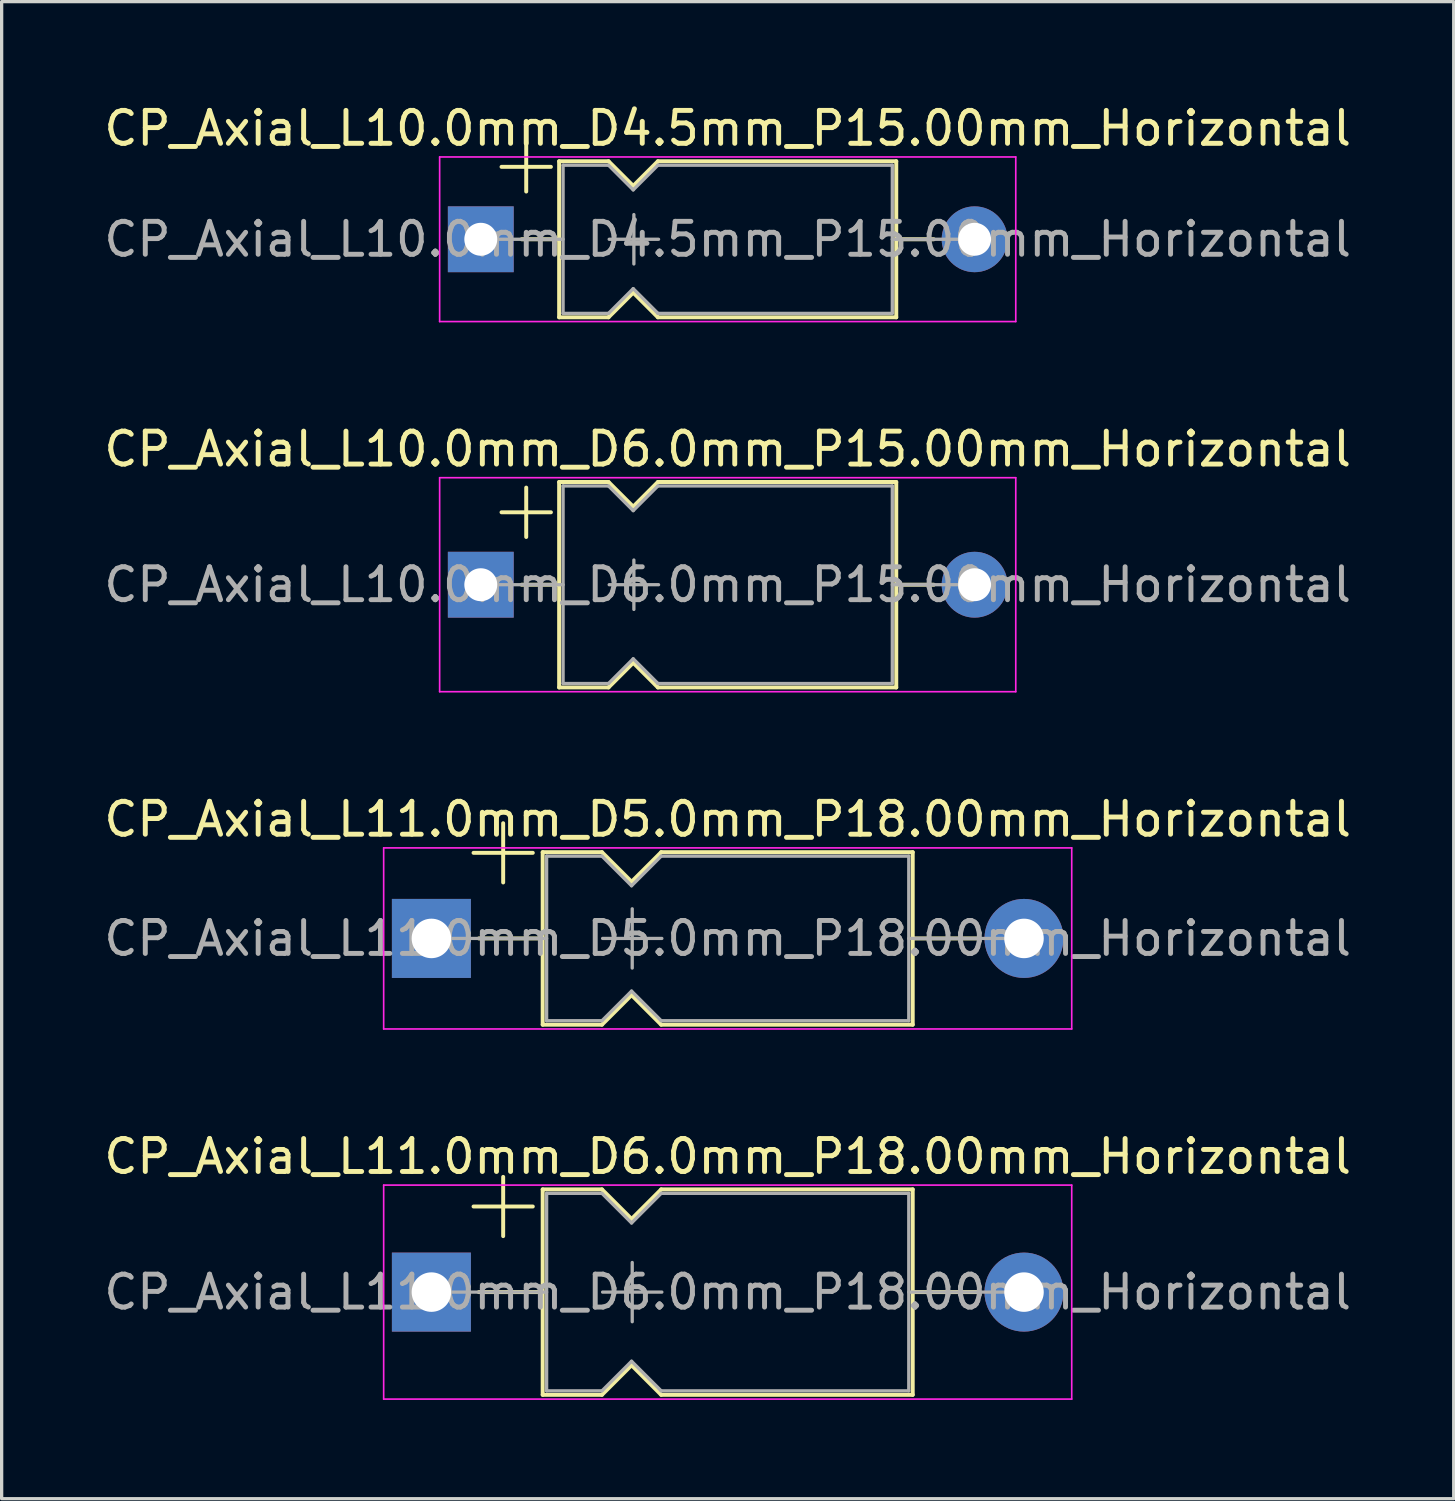
<source format=kicad_pcb>
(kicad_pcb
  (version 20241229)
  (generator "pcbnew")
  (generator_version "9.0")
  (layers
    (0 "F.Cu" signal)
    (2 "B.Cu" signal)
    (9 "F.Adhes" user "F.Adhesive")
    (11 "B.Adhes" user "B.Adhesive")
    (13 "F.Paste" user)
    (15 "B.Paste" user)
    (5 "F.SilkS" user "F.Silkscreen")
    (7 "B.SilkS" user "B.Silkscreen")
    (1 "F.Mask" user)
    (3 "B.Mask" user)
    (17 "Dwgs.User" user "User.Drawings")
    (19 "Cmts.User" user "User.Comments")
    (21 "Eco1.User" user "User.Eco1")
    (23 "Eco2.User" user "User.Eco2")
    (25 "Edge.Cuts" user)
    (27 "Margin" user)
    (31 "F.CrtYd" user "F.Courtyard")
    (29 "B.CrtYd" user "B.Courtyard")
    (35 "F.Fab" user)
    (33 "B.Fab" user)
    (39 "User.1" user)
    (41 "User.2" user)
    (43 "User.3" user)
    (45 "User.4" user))
  (footprint "CP_Axial_L10.0mm_D4.5mm_P15.00mm_Horizontal"
    (layer "F.Cu")
    (at 11.554 4.218)
    (property "Reference" "CP_Axial_L10.0mm_D4.5mm_P15.00mm_Horizontal" (at 7.5 -3.37 0) (layer "F.SilkS") (effects (font (size 1 1) (thickness 0.15))))
    (attr through_hole)
    (fp_line (start 0.63 -2.2) (end 2.13 -2.2) (stroke (width 0.12) (type solid)) (layer "F.SilkS"))
    (fp_line (start 1.24 0) (end 2.38 0) (stroke (width 0.12) (type solid)) (layer "F.SilkS"))
    (fp_line (start 1.38 -2.95) (end 1.38 -1.45) (stroke (width 0.12) (type solid)) (layer "F.SilkS"))
    (fp_line (start 2.38 -2.37) (end 2.38 2.37) (stroke (width 0.12) (type solid)) (layer "F.SilkS"))
    (fp_line (start 2.38 -2.37) (end 3.88 -2.37) (stroke (width 0.12) (type solid)) (layer "F.SilkS"))
    (fp_line (start 2.38 2.37) (end 3.88 2.37) (stroke (width 0.12) (type solid)) (layer "F.SilkS"))
    (fp_line (start 3.88 -2.37) (end 4.63 -1.62) (stroke (width 0.12) (type solid)) (layer "F.SilkS"))
    (fp_line (start 3.88 2.37) (end 4.63 1.62) (stroke (width 0.12) (type solid)) (layer "F.SilkS"))
    (fp_line (start 4.63 -1.62) (end 5.38 -2.37) (stroke (width 0.12) (type solid)) (layer "F.SilkS"))
    (fp_line (start 4.63 1.62) (end 5.38 2.37) (stroke (width 0.12) (type solid)) (layer "F.SilkS"))
    (fp_line (start 5.38 -2.37) (end 12.62 -2.37) (stroke (width 0.12) (type solid)) (layer "F.SilkS"))
    (fp_line (start 5.38 2.37) (end 12.62 2.37) (stroke (width 0.12) (type solid)) (layer "F.SilkS"))
    (fp_line (start 12.62 -2.37) (end 12.62 2.37) (stroke (width 0.12) (type solid)) (layer "F.SilkS"))
    (fp_line (start 13.76 0) (end 12.62 0) (stroke (width 0.12) (type solid)) (layer "F.SilkS"))
    (fp_line (start -1.25 -2.5) (end -1.25 2.5) (stroke (width 0.05) (type solid)) (layer "F.CrtYd"))
    (fp_line (start -1.25 2.5) (end 16.25 2.5) (stroke (width 0.05) (type solid)) (layer "F.CrtYd"))
    (fp_line (start 16.25 -2.5) (end -1.25 -2.5) (stroke (width 0.05) (type solid)) (layer "F.CrtYd"))
    (fp_line (start 16.25 2.5) (end 16.25 -2.5) (stroke (width 0.05) (type solid)) (layer "F.CrtYd"))
    (fp_line (start 0 0) (end 2.5 0) (stroke (width 0.1) (type solid)) (layer "F.Fab"))
    (fp_line (start 2.5 -2.25) (end 2.5 2.25) (stroke (width 0.1) (type solid)) (layer "F.Fab"))
    (fp_line (start 2.5 -2.25) (end 3.88 -2.25) (stroke (width 0.1) (type solid)) (layer "F.Fab"))
    (fp_line (start 2.5 2.25) (end 3.88 2.25) (stroke (width 0.1) (type solid)) (layer "F.Fab"))
    (fp_line (start 3.88 -2.25) (end 4.63 -1.5) (stroke (width 0.1) (type solid)) (layer "F.Fab"))
    (fp_line (start 3.88 2.25) (end 4.63 1.5) (stroke (width 0.1) (type solid)) (layer "F.Fab"))
    (fp_line (start 3.9 0) (end 5.4 0) (stroke (width 0.1) (type solid)) (layer "F.Fab"))
    (fp_line (start 4.63 -1.5) (end 5.38 -2.25) (stroke (width 0.1) (type solid)) (layer "F.Fab"))
    (fp_line (start 4.63 1.5) (end 5.38 2.25) (stroke (width 0.1) (type solid)) (layer "F.Fab"))
    (fp_line (start 4.65 -0.75) (end 4.65 0.75) (stroke (width 0.1) (type solid)) (layer "F.Fab"))
    (fp_line (start 5.38 -2.25) (end 12.5 -2.25) (stroke (width 0.1) (type solid)) (layer "F.Fab"))
    (fp_line (start 5.38 2.25) (end 12.5 2.25) (stroke (width 0.1) (type solid)) (layer "F.Fab"))
    (fp_line (start 12.5 -2.25) (end 12.5 2.25) (stroke (width 0.1) (type solid)) (layer "F.Fab"))
    (fp_line (start 15 0) (end 12.5 0) (stroke (width 0.1) (type solid)) (layer "F.Fab"))
    (fp_text user "${REFERENCE}" (at 7.5 0 0) (layer "F.Fab") (effects (font (size 1 1) (thickness 0.15))))
    (pad "1" thru_hole rect (at 0 0) (size 2 2) (drill 1) (layers "*.Cu" "*.Mask"))
    (pad "2" thru_hole oval (at 15 0) (size 2 2) (drill 1) (layers "*.Cu" "*.Mask")))
  (footprint "CP_Axial_L11.0mm_D6.0mm_P18.00mm_Horizontal"
    (layer "F.Cu")
    (at 10.054 36.198)
    (property "Reference" "CP_Axial_L11.0mm_D6.0mm_P18.00mm_Horizontal" (at 9 -4.12 0) (layer "F.SilkS") (effects (font (size 1 1) (thickness 0.15))))
    (attr through_hole)
    (fp_line (start 1.28 -2.6) (end 3.08 -2.6) (stroke (width 0.12) (type solid)) (layer "F.SilkS"))
    (fp_line (start 1.44 0) (end 3.38 0) (stroke (width 0.12) (type solid)) (layer "F.SilkS"))
    (fp_line (start 2.18 -3.5) (end 2.18 -1.7) (stroke (width 0.12) (type solid)) (layer "F.SilkS"))
    (fp_line (start 3.38 -3.12) (end 3.38 3.12) (stroke (width 0.12) (type solid)) (layer "F.SilkS"))
    (fp_line (start 3.38 -3.12) (end 5.18 -3.12) (stroke (width 0.12) (type solid)) (layer "F.SilkS"))
    (fp_line (start 3.38 3.12) (end 5.18 3.12) (stroke (width 0.12) (type solid)) (layer "F.SilkS"))
    (fp_line (start 5.18 -3.12) (end 6.08 -2.22) (stroke (width 0.12) (type solid)) (layer "F.SilkS"))
    (fp_line (start 5.18 3.12) (end 6.08 2.22) (stroke (width 0.12) (type solid)) (layer "F.SilkS"))
    (fp_line (start 6.08 -2.22) (end 6.98 -3.12) (stroke (width 0.12) (type solid)) (layer "F.SilkS"))
    (fp_line (start 6.08 2.22) (end 6.98 3.12) (stroke (width 0.12) (type solid)) (layer "F.SilkS"))
    (fp_line (start 6.98 -3.12) (end 14.62 -3.12) (stroke (width 0.12) (type solid)) (layer "F.SilkS"))
    (fp_line (start 6.98 3.12) (end 14.62 3.12) (stroke (width 0.12) (type solid)) (layer "F.SilkS"))
    (fp_line (start 14.62 -3.12) (end 14.62 3.12) (stroke (width 0.12) (type solid)) (layer "F.SilkS"))
    (fp_line (start 16.56 0) (end 14.62 0) (stroke (width 0.12) (type solid)) (layer "F.SilkS"))
    (fp_line (start -1.45 -3.25) (end -1.45 3.25) (stroke (width 0.05) (type solid)) (layer "F.CrtYd"))
    (fp_line (start -1.45 3.25) (end 19.45 3.25) (stroke (width 0.05) (type solid)) (layer "F.CrtYd"))
    (fp_line (start 19.45 -3.25) (end -1.45 -3.25) (stroke (width 0.05) (type solid)) (layer "F.CrtYd"))
    (fp_line (start 19.45 3.25) (end 19.45 -3.25) (stroke (width 0.05) (type solid)) (layer "F.CrtYd"))
    (fp_line (start 0 0) (end 3.5 0) (stroke (width 0.1) (type solid)) (layer "F.Fab"))
    (fp_line (start 3.5 -3) (end 3.5 3) (stroke (width 0.1) (type solid)) (layer "F.Fab"))
    (fp_line (start 3.5 -3) (end 5.18 -3) (stroke (width 0.1) (type solid)) (layer "F.Fab"))
    (fp_line (start 3.5 3) (end 5.18 3) (stroke (width 0.1) (type solid)) (layer "F.Fab"))
    (fp_line (start 5.18 -3) (end 6.08 -2.1) (stroke (width 0.1) (type solid)) (layer "F.Fab"))
    (fp_line (start 5.18 3) (end 6.08 2.1) (stroke (width 0.1) (type solid)) (layer "F.Fab"))
    (fp_line (start 5.2 0) (end 7 0) (stroke (width 0.1) (type solid)) (layer "F.Fab"))
    (fp_line (start 6.08 -2.1) (end 6.98 -3) (stroke (width 0.1) (type solid)) (layer "F.Fab"))
    (fp_line (start 6.08 2.1) (end 6.98 3) (stroke (width 0.1) (type solid)) (layer "F.Fab"))
    (fp_line (start 6.1 -0.9) (end 6.1 0.9) (stroke (width 0.1) (type solid)) (layer "F.Fab"))
    (fp_line (start 6.98 -3) (end 14.5 -3) (stroke (width 0.1) (type solid)) (layer "F.Fab"))
    (fp_line (start 6.98 3) (end 14.5 3) (stroke (width 0.1) (type solid)) (layer "F.Fab"))
    (fp_line (start 14.5 -3) (end 14.5 3) (stroke (width 0.1) (type solid)) (layer "F.Fab"))
    (fp_line (start 18 0) (end 14.5 0) (stroke (width 0.1) (type solid)) (layer "F.Fab"))
    (fp_text user "${REFERENCE}" (at 9 0 0) (layer "F.Fab") (effects (font (size 1 1) (thickness 0.15))))
    (pad "1" thru_hole rect (at 0 0) (size 2.4 2.4) (drill 1.2) (layers "*.Cu" "*.Mask"))
    (pad "2" thru_hole oval (at 18 0) (size 2.4 2.4) (drill 1.2) (layers "*.Cu" "*.Mask")))
  (footprint "CP_Axial_L11.0mm_D5.0mm_P18.00mm_Horizontal"
    (layer "F.Cu")
    (at 10.054 25.455)
    (property "Reference" "CP_Axial_L11.0mm_D5.0mm_P18.00mm_Horizontal" (at 9 -3.62 0) (layer "F.SilkS") (effects (font (size 1 1) (thickness 0.15))))
    (attr through_hole)
    (fp_line (start 1.28 -2.6) (end 3.08 -2.6) (stroke (width 0.12) (type solid)) (layer "F.SilkS"))
    (fp_line (start 1.44 0) (end 3.38 0) (stroke (width 0.12) (type solid)) (layer "F.SilkS"))
    (fp_line (start 2.18 -3.5) (end 2.18 -1.7) (stroke (width 0.12) (type solid)) (layer "F.SilkS"))
    (fp_line (start 3.38 -2.62) (end 3.38 2.62) (stroke (width 0.12) (type solid)) (layer "F.SilkS"))
    (fp_line (start 3.38 -2.62) (end 5.18 -2.62) (stroke (width 0.12) (type solid)) (layer "F.SilkS"))
    (fp_line (start 3.38 2.62) (end 5.18 2.62) (stroke (width 0.12) (type solid)) (layer "F.SilkS"))
    (fp_line (start 5.18 -2.62) (end 6.08 -1.72) (stroke (width 0.12) (type solid)) (layer "F.SilkS"))
    (fp_line (start 5.18 2.62) (end 6.08 1.72) (stroke (width 0.12) (type solid)) (layer "F.SilkS"))
    (fp_line (start 6.08 -1.72) (end 6.98 -2.62) (stroke (width 0.12) (type solid)) (layer "F.SilkS"))
    (fp_line (start 6.08 1.72) (end 6.98 2.62) (stroke (width 0.12) (type solid)) (layer "F.SilkS"))
    (fp_line (start 6.98 -2.62) (end 14.62 -2.62) (stroke (width 0.12) (type solid)) (layer "F.SilkS"))
    (fp_line (start 6.98 2.62) (end 14.62 2.62) (stroke (width 0.12) (type solid)) (layer "F.SilkS"))
    (fp_line (start 14.62 -2.62) (end 14.62 2.62) (stroke (width 0.12) (type solid)) (layer "F.SilkS"))
    (fp_line (start 16.56 0) (end 14.62 0) (stroke (width 0.12) (type solid)) (layer "F.SilkS"))
    (fp_line (start -1.45 -2.75) (end -1.45 2.75) (stroke (width 0.05) (type solid)) (layer "F.CrtYd"))
    (fp_line (start -1.45 2.75) (end 19.45 2.75) (stroke (width 0.05) (type solid)) (layer "F.CrtYd"))
    (fp_line (start 19.45 -2.75) (end -1.45 -2.75) (stroke (width 0.05) (type solid)) (layer "F.CrtYd"))
    (fp_line (start 19.45 2.75) (end 19.45 -2.75) (stroke (width 0.05) (type solid)) (layer "F.CrtYd"))
    (fp_line (start 0 0) (end 3.5 0) (stroke (width 0.1) (type solid)) (layer "F.Fab"))
    (fp_line (start 3.5 -2.5) (end 3.5 2.5) (stroke (width 0.1) (type solid)) (layer "F.Fab"))
    (fp_line (start 3.5 -2.5) (end 5.18 -2.5) (stroke (width 0.1) (type solid)) (layer "F.Fab"))
    (fp_line (start 3.5 2.5) (end 5.18 2.5) (stroke (width 0.1) (type solid)) (layer "F.Fab"))
    (fp_line (start 5.18 -2.5) (end 6.08 -1.6) (stroke (width 0.1) (type solid)) (layer "F.Fab"))
    (fp_line (start 5.18 2.5) (end 6.08 1.6) (stroke (width 0.1) (type solid)) (layer "F.Fab"))
    (fp_line (start 5.2 0) (end 7 0) (stroke (width 0.1) (type solid)) (layer "F.Fab"))
    (fp_line (start 6.08 -1.6) (end 6.98 -2.5) (stroke (width 0.1) (type solid)) (layer "F.Fab"))
    (fp_line (start 6.08 1.6) (end 6.98 2.5) (stroke (width 0.1) (type solid)) (layer "F.Fab"))
    (fp_line (start 6.1 -0.9) (end 6.1 0.9) (stroke (width 0.1) (type solid)) (layer "F.Fab"))
    (fp_line (start 6.98 -2.5) (end 14.5 -2.5) (stroke (width 0.1) (type solid)) (layer "F.Fab"))
    (fp_line (start 6.98 2.5) (end 14.5 2.5) (stroke (width 0.1) (type solid)) (layer "F.Fab"))
    (fp_line (start 14.5 -2.5) (end 14.5 2.5) (stroke (width 0.1) (type solid)) (layer "F.Fab"))
    (fp_line (start 18 0) (end 14.5 0) (stroke (width 0.1) (type solid)) (layer "F.Fab"))
    (fp_text user "${REFERENCE}" (at 9 0 0) (layer "F.Fab") (effects (font (size 1 1) (thickness 0.15))))
    (pad "1" thru_hole rect (at 0 0) (size 2.4 2.4) (drill 1.2) (layers "*.Cu" "*.Mask"))
    (pad "2" thru_hole oval (at 18 0) (size 2.4 2.4) (drill 1.2) (layers "*.Cu" "*.Mask")))
  (footprint "CP_Axial_L10.0mm_D6.0mm_P15.00mm_Horizontal"
    (layer "F.Cu")
    (at 11.554 14.711)
    (property "Reference" "CP_Axial_L10.0mm_D6.0mm_P15.00mm_Horizontal" (at 7.5 -4.12 0) (layer "F.SilkS") (effects (font (size 1 1) (thickness 0.15))))
    (attr through_hole)
    (fp_line (start 0.63 -2.2) (end 2.13 -2.2) (stroke (width 0.12) (type solid)) (layer "F.SilkS"))
    (fp_line (start 1.24 0) (end 2.38 0) (stroke (width 0.12) (type solid)) (layer "F.SilkS"))
    (fp_line (start 1.38 -2.95) (end 1.38 -1.45) (stroke (width 0.12) (type solid)) (layer "F.SilkS"))
    (fp_line (start 2.38 -3.12) (end 2.38 3.12) (stroke (width 0.12) (type solid)) (layer "F.SilkS"))
    (fp_line (start 2.38 -3.12) (end 3.88 -3.12) (stroke (width 0.12) (type solid)) (layer "F.SilkS"))
    (fp_line (start 2.38 3.12) (end 3.88 3.12) (stroke (width 0.12) (type solid)) (layer "F.SilkS"))
    (fp_line (start 3.88 -3.12) (end 4.63 -2.37) (stroke (width 0.12) (type solid)) (layer "F.SilkS"))
    (fp_line (start 3.88 3.12) (end 4.63 2.37) (stroke (width 0.12) (type solid)) (layer "F.SilkS"))
    (fp_line (start 4.63 -2.37) (end 5.38 -3.12) (stroke (width 0.12) (type solid)) (layer "F.SilkS"))
    (fp_line (start 4.63 2.37) (end 5.38 3.12) (stroke (width 0.12) (type solid)) (layer "F.SilkS"))
    (fp_line (start 5.38 -3.12) (end 12.62 -3.12) (stroke (width 0.12) (type solid)) (layer "F.SilkS"))
    (fp_line (start 5.38 3.12) (end 12.62 3.12) (stroke (width 0.12) (type solid)) (layer "F.SilkS"))
    (fp_line (start 12.62 -3.12) (end 12.62 3.12) (stroke (width 0.12) (type solid)) (layer "F.SilkS"))
    (fp_line (start 13.76 0) (end 12.62 0) (stroke (width 0.12) (type solid)) (layer "F.SilkS"))
    (fp_line (start -1.25 -3.25) (end -1.25 3.25) (stroke (width 0.05) (type solid)) (layer "F.CrtYd"))
    (fp_line (start -1.25 3.25) (end 16.25 3.25) (stroke (width 0.05) (type solid)) (layer "F.CrtYd"))
    (fp_line (start 16.25 -3.25) (end -1.25 -3.25) (stroke (width 0.05) (type solid)) (layer "F.CrtYd"))
    (fp_line (start 16.25 3.25) (end 16.25 -3.25) (stroke (width 0.05) (type solid)) (layer "F.CrtYd"))
    (fp_line (start 0 0) (end 2.5 0) (stroke (width 0.1) (type solid)) (layer "F.Fab"))
    (fp_line (start 2.5 -3) (end 2.5 3) (stroke (width 0.1) (type solid)) (layer "F.Fab"))
    (fp_line (start 2.5 -3) (end 3.88 -3) (stroke (width 0.1) (type solid)) (layer "F.Fab"))
    (fp_line (start 2.5 3) (end 3.88 3) (stroke (width 0.1) (type solid)) (layer "F.Fab"))
    (fp_line (start 3.88 -3) (end 4.63 -2.25) (stroke (width 0.1) (type solid)) (layer "F.Fab"))
    (fp_line (start 3.88 3) (end 4.63 2.25) (stroke (width 0.1) (type solid)) (layer "F.Fab"))
    (fp_line (start 3.9 0) (end 5.4 0) (stroke (width 0.1) (type solid)) (layer "F.Fab"))
    (fp_line (start 4.63 -2.25) (end 5.38 -3) (stroke (width 0.1) (type solid)) (layer "F.Fab"))
    (fp_line (start 4.63 2.25) (end 5.38 3) (stroke (width 0.1) (type solid)) (layer "F.Fab"))
    (fp_line (start 4.65 -0.75) (end 4.65 0.75) (stroke (width 0.1) (type solid)) (layer "F.Fab"))
    (fp_line (start 5.38 -3) (end 12.5 -3) (stroke (width 0.1) (type solid)) (layer "F.Fab"))
    (fp_line (start 5.38 3) (end 12.5 3) (stroke (width 0.1) (type solid)) (layer "F.Fab"))
    (fp_line (start 12.5 -3) (end 12.5 3) (stroke (width 0.1) (type solid)) (layer "F.Fab"))
    (fp_line (start 15 0) (end 12.5 0) (stroke (width 0.1) (type solid)) (layer "F.Fab"))
    (fp_text user "${REFERENCE}" (at 7.5 0 0) (layer "F.Fab") (effects (font (size 1 1) (thickness 0.15))))
    (pad "1" thru_hole rect (at 0 0) (size 2 2) (drill 1) (layers "*.Cu" "*.Mask"))
    (pad "2" thru_hole oval (at 15 0) (size 2 2) (drill 1) (layers "*.Cu" "*.Mask")))
  (gr_rect
    (start -3 -3)
    (end 41.107 42.473)
    (stroke (width 0.1) (type default))
    (fill no)
    (layer "Edge.Cuts")))
</source>
